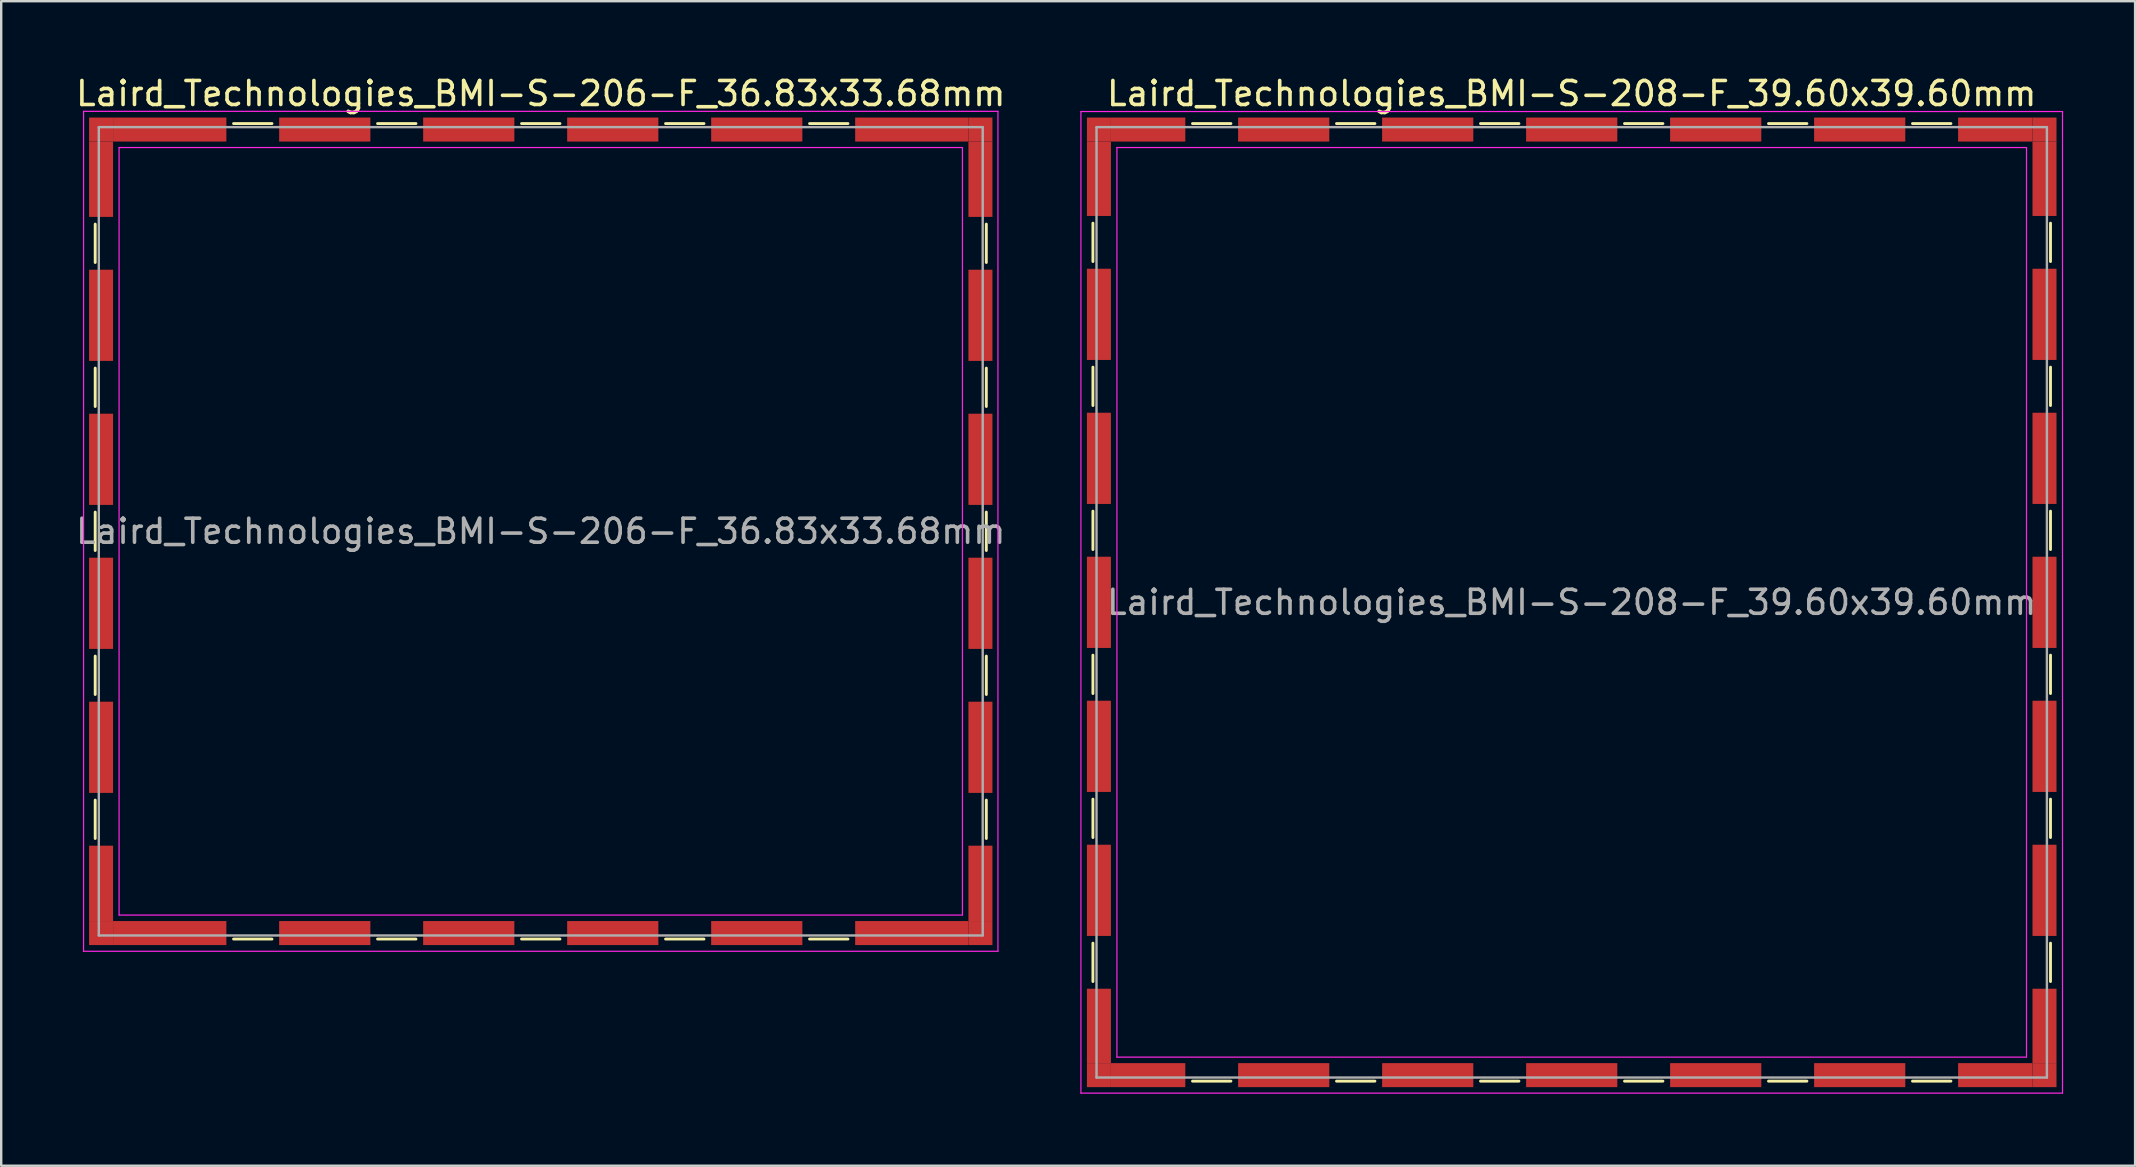
<source format=kicad_pcb>
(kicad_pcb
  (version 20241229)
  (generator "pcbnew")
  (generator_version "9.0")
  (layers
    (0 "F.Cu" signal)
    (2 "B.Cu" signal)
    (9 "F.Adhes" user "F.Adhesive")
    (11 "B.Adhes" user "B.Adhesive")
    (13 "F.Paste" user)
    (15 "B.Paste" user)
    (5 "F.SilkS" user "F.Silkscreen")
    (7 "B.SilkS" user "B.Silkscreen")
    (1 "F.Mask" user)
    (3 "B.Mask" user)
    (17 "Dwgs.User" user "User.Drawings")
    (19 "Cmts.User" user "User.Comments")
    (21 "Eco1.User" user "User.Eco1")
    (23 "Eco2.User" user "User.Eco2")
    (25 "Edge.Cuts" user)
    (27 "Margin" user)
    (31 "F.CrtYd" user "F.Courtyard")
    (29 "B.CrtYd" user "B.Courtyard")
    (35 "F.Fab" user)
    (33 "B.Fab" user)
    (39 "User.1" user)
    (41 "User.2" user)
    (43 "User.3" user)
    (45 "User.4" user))
  (footprint "Laird_Technologies_BMI-S-208-F_39.60x39.60mm"
    (layer "F.Cu")
    (at 62.439 22.048)
    (property "Reference" "Laird_Technologies_BMI-S-208-F_39.60x39.60mm" (at 0 -21.2 0) (layer "F.SilkS") (effects (font (size 1 1) (thickness 0.15))))
    (attr smd)
    (fp_line (start -19.95 -15.8) (end -19.95 -14.2) (stroke (width 0.12) (type solid)) (layer "F.SilkS"))
    (fp_line (start -19.95 -9.8) (end -19.95 -8.2) (stroke (width 0.12) (type solid)) (layer "F.SilkS"))
    (fp_line (start -19.95 -3.8) (end -19.95 -2.2) (stroke (width 0.12) (type solid)) (layer "F.SilkS"))
    (fp_line (start -19.95 2.2) (end -19.95 3.8) (stroke (width 0.12) (type solid)) (layer "F.SilkS"))
    (fp_line (start -19.95 8.2) (end -19.95 9.8) (stroke (width 0.12) (type solid)) (layer "F.SilkS"))
    (fp_line (start -19.95 14.2) (end -19.95 15.8) (stroke (width 0.12) (type solid)) (layer "F.SilkS"))
    (fp_line (start -15.8 -19.95) (end -14.2 -19.95) (stroke (width 0.12) (type solid)) (layer "F.SilkS"))
    (fp_line (start -15.8 19.95) (end -14.2 19.95) (stroke (width 0.12) (type solid)) (layer "F.SilkS"))
    (fp_line (start -9.8 -19.95) (end -8.2 -19.95) (stroke (width 0.12) (type solid)) (layer "F.SilkS"))
    (fp_line (start -9.8 19.95) (end -8.2 19.95) (stroke (width 0.12) (type solid)) (layer "F.SilkS"))
    (fp_line (start -3.8 -19.95) (end -2.2 -19.95) (stroke (width 0.12) (type solid)) (layer "F.SilkS"))
    (fp_line (start -3.8 19.95) (end -2.2 19.95) (stroke (width 0.12) (type solid)) (layer "F.SilkS"))
    (fp_line (start 2.2 -19.95) (end 3.8 -19.95) (stroke (width 0.12) (type solid)) (layer "F.SilkS"))
    (fp_line (start 2.2 19.95) (end 3.8 19.95) (stroke (width 0.12) (type solid)) (layer "F.SilkS"))
    (fp_line (start 8.2 -19.95) (end 9.8 -19.95) (stroke (width 0.12) (type solid)) (layer "F.SilkS"))
    (fp_line (start 8.2 19.95) (end 9.8 19.95) (stroke (width 0.12) (type solid)) (layer "F.SilkS"))
    (fp_line (start 14.2 -19.95) (end 15.8 -19.95) (stroke (width 0.12) (type solid)) (layer "F.SilkS"))
    (fp_line (start 14.2 19.95) (end 15.8 19.95) (stroke (width 0.12) (type solid)) (layer "F.SilkS"))
    (fp_line (start 19.95 -15.8) (end 19.95 -14.2) (stroke (width 0.12) (type solid)) (layer "F.SilkS"))
    (fp_line (start 19.95 -9.8) (end 19.95 -8.2) (stroke (width 0.12) (type solid)) (layer "F.SilkS"))
    (fp_line (start 19.95 -3.8) (end 19.95 -2.2) (stroke (width 0.12) (type solid)) (layer "F.SilkS"))
    (fp_line (start 19.95 2.2) (end 19.95 3.8) (stroke (width 0.12) (type solid)) (layer "F.SilkS"))
    (fp_line (start 19.95 8.2) (end 19.95 9.8) (stroke (width 0.12) (type solid)) (layer "F.SilkS"))
    (fp_line (start 19.95 14.2) (end 19.95 15.8) (stroke (width 0.12) (type solid)) (layer "F.SilkS"))
    (fp_line (start -20.45 -20.45) (end -20.45 20.45) (stroke (width 0.05) (type solid)) (layer "F.CrtYd"))
    (fp_line (start -20.45 20.45) (end 20.45 20.45) (stroke (width 0.05) (type solid)) (layer "F.CrtYd"))
    (fp_line (start -18.95 -18.95) (end -18.95 18.95) (stroke (width 0.05) (type solid)) (layer "F.CrtYd"))
    (fp_line (start 18.95 -18.95) (end -18.95 -18.95) (stroke (width 0.05) (type solid)) (layer "F.CrtYd"))
    (fp_line (start 18.95 -18.95) (end 18.95 18.95) (stroke (width 0.05) (type solid)) (layer "F.CrtYd"))
    (fp_line (start 18.95 18.95) (end -18.95 18.95) (stroke (width 0.05) (type solid)) (layer "F.CrtYd"))
    (fp_line (start 20.45 -20.45) (end -20.45 -20.45) (stroke (width 0.05) (type solid)) (layer "F.CrtYd"))
    (fp_line (start 20.45 20.45) (end 20.45 -20.45) (stroke (width 0.05) (type solid)) (layer "F.CrtYd"))
    (fp_line (start -19.8 -19.8) (end -19.8 19.8) (stroke (width 0.1) (type solid)) (layer "F.Fab"))
    (fp_line (start -19.8 19.8) (end 19.8 19.8) (stroke (width 0.1) (type solid)) (layer "F.Fab"))
    (fp_line (start 19.8 -19.8) (end -19.8 -19.8) (stroke (width 0.1) (type solid)) (layer "F.Fab"))
    (fp_line (start 19.8 19.8) (end 19.8 -19.8) (stroke (width 0.1) (type solid)) (layer "F.Fab"))
    (fp_text user "${REFERENCE}" (at 0 0 0) (layer "F.Fab") (effects (font (size 1 1) (thickness 0.15))))
    (pad "1" smd rect (at -19.7 -19.7) (size 1 1) (layers "F.Cu" "F.Mask" "F.Paste"))
    (pad "1" smd rect (at -19.7 -17.65) (size 1 3.1) (layers "F.Cu" "F.Mask" "F.Paste"))
    (pad "1" smd rect (at -19.7 -12) (size 1 3.8) (layers "F.Cu" "F.Mask" "F.Paste"))
    (pad "1" smd rect (at -19.7 -6) (size 1 3.8) (layers "F.Cu" "F.Mask" "F.Paste"))
    (pad "1" smd rect (at -19.7 0) (size 1 3.8) (layers "F.Cu" "F.Mask" "F.Paste"))
    (pad "1" smd rect (at -19.7 6) (size 1 3.8) (layers "F.Cu" "F.Mask" "F.Paste"))
    (pad "1" smd rect (at -19.7 12) (size 1 3.8) (layers "F.Cu" "F.Mask" "F.Paste"))
    (pad "1" smd rect (at -19.7 17.65) (size 1 3.1) (layers "F.Cu" "F.Mask" "F.Paste"))
    (pad "1" smd rect (at -19.7 19.7) (size 1 1) (layers "F.Cu" "F.Mask" "F.Paste"))
    (pad "1" smd rect (at -17.65 -19.7) (size 3.1 1) (layers "F.Cu" "F.Mask" "F.Paste"))
    (pad "1" smd rect (at -17.65 19.7) (size 3.1 1) (layers "F.Cu" "F.Mask" "F.Paste"))
    (pad "1" smd rect (at -12 -19.7) (size 3.8 1) (layers "F.Cu" "F.Mask" "F.Paste"))
    (pad "1" smd rect (at -12 19.7) (size 3.8 1) (layers "F.Cu" "F.Mask" "F.Paste"))
    (pad "1" smd rect (at -6 -19.7) (size 3.8 1) (layers "F.Cu" "F.Mask" "F.Paste"))
    (pad "1" smd rect (at -6 19.7) (size 3.8 1) (layers "F.Cu" "F.Mask" "F.Paste"))
    (pad "1" smd rect (at 0 -19.7) (size 3.8 1) (layers "F.Cu" "F.Mask" "F.Paste"))
    (pad "1" smd rect (at 0 19.7) (size 3.8 1) (layers "F.Cu" "F.Mask" "F.Paste"))
    (pad "1" smd rect (at 6 -19.7) (size 3.8 1) (layers "F.Cu" "F.Mask" "F.Paste"))
    (pad "1" smd rect (at 6 19.7) (size 3.8 1) (layers "F.Cu" "F.Mask" "F.Paste"))
    (pad "1" smd rect (at 12 -19.7) (size 3.8 1) (layers "F.Cu" "F.Mask" "F.Paste"))
    (pad "1" smd rect (at 12 19.7) (size 3.8 1) (layers "F.Cu" "F.Mask" "F.Paste"))
    (pad "1" smd rect (at 17.65 -19.7) (size 3.1 1) (layers "F.Cu" "F.Mask" "F.Paste"))
    (pad "1" smd rect (at 17.65 19.7) (size 3.1 1) (layers "F.Cu" "F.Mask" "F.Paste"))
    (pad "1" smd rect (at 19.7 -19.7) (size 1 1) (layers "F.Cu" "F.Mask" "F.Paste"))
    (pad "1" smd rect (at 19.7 -17.65) (size 1 3.1) (layers "F.Cu" "F.Mask" "F.Paste"))
    (pad "1" smd rect (at 19.7 -12) (size 1 3.8) (layers "F.Cu" "F.Mask" "F.Paste"))
    (pad "1" smd rect (at 19.7 -6) (size 1 3.8) (layers "F.Cu" "F.Mask" "F.Paste"))
    (pad "1" smd rect (at 19.7 0) (size 1 3.8) (layers "F.Cu" "F.Mask" "F.Paste"))
    (pad "1" smd rect (at 19.7 6) (size 1 3.8) (layers "F.Cu" "F.Mask" "F.Paste"))
    (pad "1" smd rect (at 19.7 12) (size 1 3.8) (layers "F.Cu" "F.Mask" "F.Paste"))
    (pad "1" smd rect (at 19.7 17.65) (size 1 3.1) (layers "F.Cu" "F.Mask" "F.Paste"))
    (pad "1" smd rect (at 19.7 19.7) (size 1 1) (layers "F.Cu" "F.Mask" "F.Paste")))
  (footprint "Laird_Technologies_BMI-S-206-F_36.83x33.68mm"
    (layer "F.Cu")
    (at 19.482 19.088)
    (property "Reference" "Laird_Technologies_BMI-S-206-F_36.83x33.68mm" (at 0 -18.24 0) (layer "F.SilkS") (effects (font (size 1 1) (thickness 0.15))))
    (attr smd)
    (fp_line (start -18.565 -12.8) (end -18.565 -11.2) (stroke (width 0.12) (type solid)) (layer "F.SilkS"))
    (fp_line (start -18.565 -6.8) (end -18.565 -5.2) (stroke (width 0.12) (type solid)) (layer "F.SilkS"))
    (fp_line (start -18.565 -0.8) (end -18.565 0.8) (stroke (width 0.12) (type solid)) (layer "F.SilkS"))
    (fp_line (start -18.565 5.2) (end -18.565 6.8) (stroke (width 0.12) (type solid)) (layer "F.SilkS"))
    (fp_line (start -18.565 11.2) (end -18.565 12.8) (stroke (width 0.12) (type solid)) (layer "F.SilkS"))
    (fp_line (start -12.8 -16.99) (end -11.2 -16.99) (stroke (width 0.12) (type solid)) (layer "F.SilkS"))
    (fp_line (start -12.8 16.99) (end -11.2 16.99) (stroke (width 0.12) (type solid)) (layer "F.SilkS"))
    (fp_line (start -6.8 -16.99) (end -5.2 -16.99) (stroke (width 0.12) (type solid)) (layer "F.SilkS"))
    (fp_line (start -6.8 16.99) (end -5.2 16.99) (stroke (width 0.12) (type solid)) (layer "F.SilkS"))
    (fp_line (start -0.8 -16.99) (end 0.8 -16.99) (stroke (width 0.12) (type solid)) (layer "F.SilkS"))
    (fp_line (start -0.8 16.99) (end 0.8 16.99) (stroke (width 0.12) (type solid)) (layer "F.SilkS"))
    (fp_line (start 5.2 -16.99) (end 6.8 -16.99) (stroke (width 0.12) (type solid)) (layer "F.SilkS"))
    (fp_line (start 5.2 16.99) (end 6.8 16.99) (stroke (width 0.12) (type solid)) (layer "F.SilkS"))
    (fp_line (start 11.2 -16.99) (end 12.8 -16.99) (stroke (width 0.12) (type solid)) (layer "F.SilkS"))
    (fp_line (start 11.2 16.99) (end 12.8 16.99) (stroke (width 0.12) (type solid)) (layer "F.SilkS"))
    (fp_line (start 18.565 -12.8) (end 18.565 -11.2) (stroke (width 0.12) (type solid)) (layer "F.SilkS"))
    (fp_line (start 18.565 -6.8) (end 18.565 -5.2) (stroke (width 0.12) (type solid)) (layer "F.SilkS"))
    (fp_line (start 18.565 -0.8) (end 18.565 0.8) (stroke (width 0.12) (type solid)) (layer "F.SilkS"))
    (fp_line (start 18.565 5.2) (end 18.565 6.8) (stroke (width 0.12) (type solid)) (layer "F.SilkS"))
    (fp_line (start 18.565 11.2) (end 18.565 12.8) (stroke (width 0.12) (type solid)) (layer "F.SilkS"))
    (fp_line (start -19.05 -17.5) (end -19.05 17.5) (stroke (width 0.05) (type solid)) (layer "F.CrtYd"))
    (fp_line (start -19.05 17.5) (end 19.05 17.5) (stroke (width 0.05) (type solid)) (layer "F.CrtYd"))
    (fp_line (start -17.57 -15.99) (end -17.57 15.99) (stroke (width 0.05) (type solid)) (layer "F.CrtYd"))
    (fp_line (start 17.57 -15.99) (end -17.57 -15.99) (stroke (width 0.05) (type solid)) (layer "F.CrtYd"))
    (fp_line (start 17.57 -15.99) (end 17.57 15.99) (stroke (width 0.05) (type solid)) (layer "F.CrtYd"))
    (fp_line (start 17.57 15.99) (end -17.57 15.99) (stroke (width 0.05) (type solid)) (layer "F.CrtYd"))
    (fp_line (start 19.05 -17.5) (end -19.05 -17.5) (stroke (width 0.05) (type solid)) (layer "F.CrtYd"))
    (fp_line (start 19.05 17.5) (end 19.05 -17.5) (stroke (width 0.05) (type solid)) (layer "F.CrtYd"))
    (fp_line (start -18.415 -16.84) (end -18.415 16.84) (stroke (width 0.1) (type solid)) (layer "F.Fab"))
    (fp_line (start -18.415 16.84) (end 18.415 16.84) (stroke (width 0.1) (type solid)) (layer "F.Fab"))
    (fp_line (start 18.415 -16.84) (end -18.415 -16.84) (stroke (width 0.1) (type solid)) (layer "F.Fab"))
    (fp_line (start 18.415 16.84) (end 18.415 -16.84) (stroke (width 0.1) (type solid)) (layer "F.Fab"))
    (fp_text user "${REFERENCE}" (at 0 0 0) (layer "F.Fab") (effects (font (size 1 1) (thickness 0.15))))
    (pad "1" smd rect (at -18.32 -16.74) (size 1 1) (layers "F.Cu" "F.Mask" "F.Paste"))
    (pad "1" smd rect (at -18.32 -14.67) (size 1 3.14) (layers "F.Cu" "F.Mask" "F.Paste"))
    (pad "1" smd rect (at -18.32 -9) (size 1 3.8) (layers "F.Cu" "F.Mask" "F.Paste"))
    (pad "1" smd rect (at -18.32 -3) (size 1 3.8) (layers "F.Cu" "F.Mask" "F.Paste"))
    (pad "1" smd rect (at -18.32 3) (size 1 3.8) (layers "F.Cu" "F.Mask" "F.Paste"))
    (pad "1" smd rect (at -18.32 9) (size 1 3.8) (layers "F.Cu" "F.Mask" "F.Paste"))
    (pad "1" smd rect (at -18.32 14.67) (size 1 3.14) (layers "F.Cu" "F.Mask" "F.Paste"))
    (pad "1" smd rect (at -18.32 16.74) (size 1 1) (layers "F.Cu" "F.Mask" "F.Paste"))
    (pad "1" smd rect (at -15.46 -16.74) (size 4.72 1) (layers "F.Cu" "F.Mask" "F.Paste"))
    (pad "1" smd rect (at -15.46 16.74) (size 4.72 1) (layers "F.Cu" "F.Mask" "F.Paste"))
    (pad "1" smd rect (at -9 -16.74) (size 3.8 1) (layers "F.Cu" "F.Mask" "F.Paste"))
    (pad "1" smd rect (at -9 16.74) (size 3.8 1) (layers "F.Cu" "F.Mask" "F.Paste"))
    (pad "1" smd rect (at -3 -16.74) (size 3.8 1) (layers "F.Cu" "F.Mask" "F.Paste"))
    (pad "1" smd rect (at -3 16.74) (size 3.8 1) (layers "F.Cu" "F.Mask" "F.Paste"))
    (pad "1" smd rect (at 3 -16.74) (size 3.8 1) (layers "F.Cu" "F.Mask" "F.Paste"))
    (pad "1" smd rect (at 3 16.74) (size 3.8 1) (layers "F.Cu" "F.Mask" "F.Paste"))
    (pad "1" smd rect (at 9 -16.74) (size 3.8 1) (layers "F.Cu" "F.Mask" "F.Paste"))
    (pad "1" smd rect (at 9 16.74) (size 3.8 1) (layers "F.Cu" "F.Mask" "F.Paste"))
    (pad "1" smd rect (at 15.46 -16.74) (size 4.72 1) (layers "F.Cu" "F.Mask" "F.Paste"))
    (pad "1" smd rect (at 15.46 16.74) (size 4.72 1) (layers "F.Cu" "F.Mask" "F.Paste"))
    (pad "1" smd rect (at 18.32 -16.74) (size 1 1) (layers "F.Cu" "F.Mask" "F.Paste"))
    (pad "1" smd rect (at 18.32 -14.67) (size 1 3.14) (layers "F.Cu" "F.Mask" "F.Paste"))
    (pad "1" smd rect (at 18.32 -9) (size 1 3.8) (layers "F.Cu" "F.Mask" "F.Paste"))
    (pad "1" smd rect (at 18.32 -3) (size 1 3.8) (layers "F.Cu" "F.Mask" "F.Paste"))
    (pad "1" smd rect (at 18.32 3) (size 1 3.8) (layers "F.Cu" "F.Mask" "F.Paste"))
    (pad "1" smd rect (at 18.32 9) (size 1 3.8) (layers "F.Cu" "F.Mask" "F.Paste"))
    (pad "1" smd rect (at 18.32 14.67) (size 1 3.14) (layers "F.Cu" "F.Mask" "F.Paste"))
    (pad "1" smd rect (at 18.32 16.74) (size 1 1) (layers "F.Cu" "F.Mask" "F.Paste")))
  (gr_rect
    (start -3 -3)
    (end 85.914 45.523)
    (stroke (width 0.1) (type default))
    (fill no)
    (layer "Edge.Cuts")))
</source>
